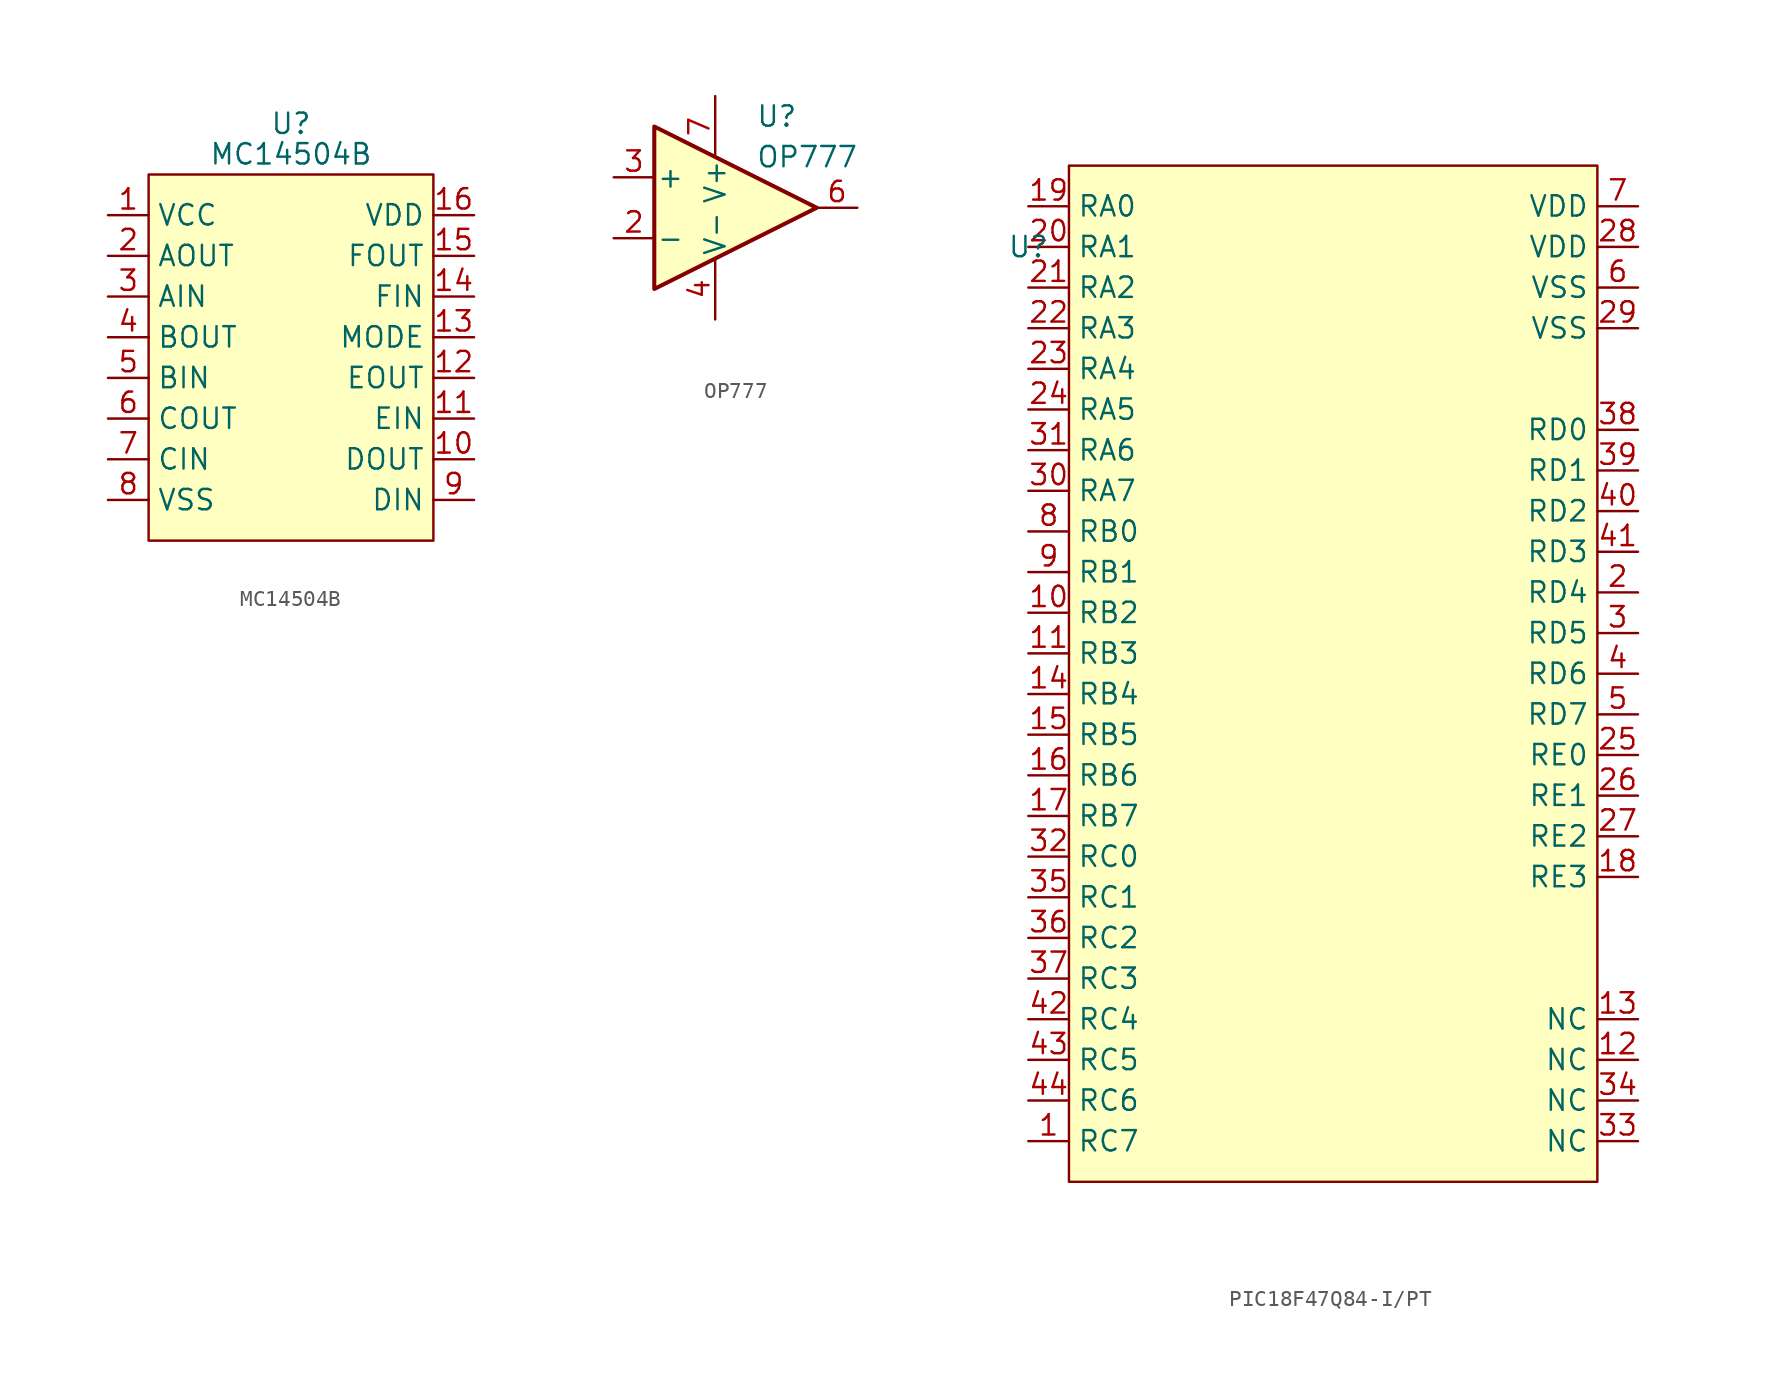
<source format=kicad_sym>
(kicad_symbol_lib
  (version 20231120)
  (generator "kicad_symbol_editor")
  (generator_version "8.0")
  (symbol "MC14504B"
    (property "Reference" "U"
      (at 0 15.24 0)
      (effects (font (size 1.27 1.27))))
    (property "Value" "MC14504B"
      (at 0 13.335 0)
      (effects (font (size 1.27 1.27))))
    (symbol "MC14504B_0_1"
      (rectangle (start -8.89 12.065) (end 8.89 -10.795) (stroke (width 0) (type default)) (fill (type background))))
    (symbol "MC14504B_1_1"
      (pin power_in line (at -11.43 9.525 0) (length 2.54) (name "VCC" (effects (font (size 1.27 1.27)))) (number "1" (effects (font (size 1.27 1.27)))))
      (pin output line (at 11.43 -5.715 180) (length 2.54) (name "DOUT" (effects (font (size 1.27 1.27)))) (number "10" (effects (font (size 1.27 1.27)))))
      (pin input line (at 11.43 -3.175 180) (length 2.54) (name "EIN" (effects (font (size 1.27 1.27)))) (number "11" (effects (font (size 1.27 1.27)))))
      (pin output line (at 11.43 -0.635 180) (length 2.54) (name "EOUT" (effects (font (size 1.27 1.27)))) (number "12" (effects (font (size 1.27 1.27)))))
      (pin input line (at 11.43 1.905 180) (length 2.54) (name "MODE" (effects (font (size 1.27 1.27)))) (number "13" (effects (font (size 1.27 1.27)))))
      (pin input line (at 11.43 4.445 180) (length 2.54) (name "FIN" (effects (font (size 1.27 1.27)))) (number "14" (effects (font (size 1.27 1.27)))))
      (pin output line (at 11.43 6.985 180) (length 2.54) (name "FOUT" (effects (font (size 1.27 1.27)))) (number "15" (effects (font (size 1.27 1.27)))))
      (pin power_in line (at 11.43 9.525 180) (length 2.54) (name "VDD" (effects (font (size 1.27 1.27)))) (number "16" (effects (font (size 1.27 1.27)))))
      (pin output line (at -11.43 6.985 0) (length 2.54) (name "AOUT" (effects (font (size 1.27 1.27)))) (number "2" (effects (font (size 1.27 1.27)))))
      (pin input line (at -11.43 4.445 0) (length 2.54) (name "AIN" (effects (font (size 1.27 1.27)))) (number "3" (effects (font (size 1.27 1.27)))))
      (pin output line (at -11.43 1.905 0) (length 2.54) (name "BOUT" (effects (font (size 1.27 1.27)))) (number "4" (effects (font (size 1.27 1.27)))))
      (pin input line (at -11.43 -0.635 0) (length 2.54) (name "BIN" (effects (font (size 1.27 1.27)))) (number "5" (effects (font (size 1.27 1.27)))))
      (pin output line (at -11.43 -3.175 0) (length 2.54) (name "COUT" (effects (font (size 1.27 1.27)))) (number "6" (effects (font (size 1.27 1.27)))))
      (pin input line (at -11.43 -5.715 0) (length 2.54) (name "CIN" (effects (font (size 1.27 1.27)))) (number "7" (effects (font (size 1.27 1.27)))))
      (pin power_in line (at -11.43 -8.255 0) (length 2.54) (name "VSS" (effects (font (size 1.27 1.27)))) (number "8" (effects (font (size 1.27 1.27)))))
      (pin input line (at 11.43 -8.255 180) (length 2.54) (name "DIN" (effects (font (size 1.27 1.27)))) (number "9" (effects (font (size 1.27 1.27)))))))
  (symbol "OP777"
    (pin_names
      (offset 0.127))
    (property "Reference" "U"
      (at 1.27 5.715 0)
      (effects (font (size 1.27 1.27)) (justify left)))
    (property "Value" "OP777"
      (at 1.27 3.175 0)
      (effects (font (size 1.27 1.27)) (justify left)))
    (symbol "OP777_0_1"
      (polyline (pts (xy -5.08 5.08) (xy 5.08 0) (xy -5.08 -5.08) (xy -5.08 5.08)) (stroke (width 0.254) (type default)) (fill (type background))))
    (symbol "OP777_1_1"
      (pin no_connect line (at -2.54 -8.89 90) (length 5.08) hide (name "" (effects (font (size 0.508 0.508)))) (number "1" (effects (font (size 1.27 1.27)))))
      (pin input line (at -7.62 -1.905 0) (length 2.54) (name "-" (effects (font (size 1.27 1.27)))) (number "2" (effects (font (size 1.27 1.27)))))
      (pin input line (at -7.62 1.905 0) (length 2.54) (name "+" (effects (font (size 1.27 1.27)))) (number "3" (effects (font (size 1.27 1.27)))))
      (pin power_in line (at -1.27 -6.985 90) (length 3.81) (name "V-" (effects (font (size 1.27 1.27)))) (number "4" (effects (font (size 1.27 1.27)))))
      (pin no_connect line (at -2.54 6.35 270) (length 2.54) hide (name "NC" (effects (font (size 1.27 1.27)))) (number "5" (effects (font (size 1.27 1.27)))))
      (pin output line (at 7.62 0 180) (length 2.54) (name "~" (effects (font (size 1.27 1.27)))) (number "6" (effects (font (size 1.27 1.27)))))
      (pin power_in line (at -1.27 6.985 270) (length 3.81) (name "V+" (effects (font (size 1.27 1.27)))) (number "7" (effects (font (size 1.27 1.27)))))
      (pin no_connect line (at 2.54 -7.62 90) (length 6.35) hide (name "" (effects (font (size 0.508 0.508)))) (number "8" (effects (font (size 1.27 1.27)))))))
  (symbol "PIC18F47Q84-I/PT"
    (property "Reference" "U"
      (at -19.05 26.67 0)
      (effects (font (size 1.27 1.27))))
    (property "Value" ""
      (at -19.05 26.67 0)
      (effects (font (size 1.27 1.27))))
    (symbol "PIC18F47Q84-I/PT_0_0"
      (pin bidirectional line (at -19.05 -29.21 0) (length 2.54) (name "RC7" (effects (font (size 1.27 1.27)))) (number "1" (effects (font (size 1.27 1.27)))))
      (pin bidirectional line (at -19.05 3.81 0) (length 2.54) (name "RB2" (effects (font (size 1.27 1.27)))) (number "10" (effects (font (size 1.27 1.27)))))
      (pin bidirectional line (at -19.05 1.27 0) (length 2.54) (name "RB3" (effects (font (size 1.27 1.27)))) (number "11" (effects (font (size 1.27 1.27)))))
      (pin passive line (at 19.05 -24.13 180) (length 2.54) (name "NC" (effects (font (size 1.27 1.27)))) (number "12" (effects (font (size 1.27 1.27)))))
      (pin passive line (at 19.05 -21.59 180) (length 2.54) (name "NC" (effects (font (size 1.27 1.27)))) (number "13" (effects (font (size 1.27 1.27)))))
      (pin bidirectional line (at -19.05 -1.27 0) (length 2.54) (name "RB4" (effects (font (size 1.27 1.27)))) (number "14" (effects (font (size 1.27 1.27)))))
      (pin bidirectional line (at -19.05 -3.81 0) (length 2.54) (name "RB5" (effects (font (size 1.27 1.27)))) (number "15" (effects (font (size 1.27 1.27)))))
      (pin bidirectional line (at -19.05 -6.35 0) (length 2.54) (name "RB6" (effects (font (size 1.27 1.27)))) (number "16" (effects (font (size 1.27 1.27)))))
      (pin bidirectional line (at -19.05 -8.89 0) (length 2.54) (name "RB7" (effects (font (size 1.27 1.27)))) (number "17" (effects (font (size 1.27 1.27)))))
      (pin bidirectional line (at 19.05 -12.7 180) (length 2.54) (name "RE3" (effects (font (size 1.27 1.27)))) (number "18" (effects (font (size 1.27 1.27)))))
      (pin bidirectional line (at -19.05 29.21 0) (length 2.54) (name "RA0" (effects (font (size 1.27 1.27)))) (number "19" (effects (font (size 1.27 1.27)))))
      (pin bidirectional line (at 19.05 5.08 180) (length 2.54) (name "RD4" (effects (font (size 1.27 1.27)))) (number "2" (effects (font (size 1.27 1.27)))))
      (pin bidirectional line (at -19.05 26.67 0) (length 2.54) (name "RA1" (effects (font (size 1.27 1.27)))) (number "20" (effects (font (size 1.27 1.27)))))
      (pin bidirectional line (at -19.05 24.13 0) (length 2.54) (name "RA2" (effects (font (size 1.27 1.27)))) (number "21" (effects (font (size 1.27 1.27)))))
      (pin bidirectional line (at -19.05 21.59 0) (length 2.54) (name "RA3" (effects (font (size 1.27 1.27)))) (number "22" (effects (font (size 1.27 1.27)))))
      (pin bidirectional line (at -19.05 19.05 0) (length 2.54) (name "RA4" (effects (font (size 1.27 1.27)))) (number "23" (effects (font (size 1.27 1.27)))))
      (pin bidirectional line (at -19.05 16.51 0) (length 2.54) (name "RA5" (effects (font (size 1.27 1.27)))) (number "24" (effects (font (size 1.27 1.27)))))
      (pin bidirectional line (at 19.05 -5.08 180) (length 2.54) (name "RE0" (effects (font (size 1.27 1.27)))) (number "25" (effects (font (size 1.27 1.27)))))
      (pin bidirectional line (at 19.05 -7.62 180) (length 2.54) (name "RE1" (effects (font (size 1.27 1.27)))) (number "26" (effects (font (size 1.27 1.27)))))
      (pin bidirectional line (at 19.05 -10.16 180) (length 2.54) (name "RE2" (effects (font (size 1.27 1.27)))) (number "27" (effects (font (size 1.27 1.27)))))
      (pin power_in line (at 19.05 26.67 180) (length 2.54) (name "VDD" (effects (font (size 1.27 1.27)))) (number "28" (effects (font (size 1.27 1.27)))))
      (pin power_in line (at 19.05 21.59 180) (length 2.54) (name "VSS" (effects (font (size 1.27 1.27)))) (number "29" (effects (font (size 1.27 1.27)))))
      (pin bidirectional line (at 19.05 2.54 180) (length 2.54) (name "RD5" (effects (font (size 1.27 1.27)))) (number "3" (effects (font (size 1.27 1.27)))))
      (pin bidirectional line (at -19.05 11.43 0) (length 2.54) (name "RA7" (effects (font (size 1.27 1.27)))) (number "30" (effects (font (size 1.27 1.27)))))
      (pin bidirectional line (at -19.05 13.97 0) (length 2.54) (name "RA6" (effects (font (size 1.27 1.27)))) (number "31" (effects (font (size 1.27 1.27)))))
      (pin bidirectional line (at -19.05 -11.43 0) (length 2.54) (name "RC0" (effects (font (size 1.27 1.27)))) (number "32" (effects (font (size 1.27 1.27)))))
      (pin passive line (at 19.05 -29.21 180) (length 2.54) (name "NC" (effects (font (size 1.27 1.27)))) (number "33" (effects (font (size 1.27 1.27)))))
      (pin passive line (at 19.05 -26.67 180) (length 2.54) (name "NC" (effects (font (size 1.27 1.27)))) (number "34" (effects (font (size 1.27 1.27)))))
      (pin bidirectional line (at -19.05 -13.97 0) (length 2.54) (name "RC1" (effects (font (size 1.27 1.27)))) (number "35" (effects (font (size 1.27 1.27)))))
      (pin bidirectional line (at -19.05 -16.51 0) (length 2.54) (name "RC2" (effects (font (size 1.27 1.27)))) (number "36" (effects (font (size 1.27 1.27)))))
      (pin bidirectional line (at -19.05 -19.05 0) (length 2.54) (name "RC3" (effects (font (size 1.27 1.27)))) (number "37" (effects (font (size 1.27 1.27)))))
      (pin bidirectional line (at 19.05 15.24 180) (length 2.54) (name "RD0" (effects (font (size 1.27 1.27)))) (number "38" (effects (font (size 1.27 1.27)))))
      (pin bidirectional line (at 19.05 12.7 180) (length 2.54) (name "RD1" (effects (font (size 1.27 1.27)))) (number "39" (effects (font (size 1.27 1.27)))))
      (pin bidirectional line (at 19.05 0 180) (length 2.54) (name "RD6" (effects (font (size 1.27 1.27)))) (number "4" (effects (font (size 1.27 1.27)))))
      (pin bidirectional line (at 19.05 10.16 180) (length 2.54) (name "RD2" (effects (font (size 1.27 1.27)))) (number "40" (effects (font (size 1.27 1.27)))))
      (pin bidirectional line (at 19.05 7.62 180) (length 2.54) (name "RD3" (effects (font (size 1.27 1.27)))) (number "41" (effects (font (size 1.27 1.27)))))
      (pin bidirectional line (at -19.05 -21.59 0) (length 2.54) (name "RC4" (effects (font (size 1.27 1.27)))) (number "42" (effects (font (size 1.27 1.27)))))
      (pin bidirectional line (at -19.05 -24.13 0) (length 2.54) (name "RC5" (effects (font (size 1.27 1.27)))) (number "43" (effects (font (size 1.27 1.27)))))
      (pin bidirectional line (at -19.05 -26.67 0) (length 2.54) (name "RC6" (effects (font (size 1.27 1.27)))) (number "44" (effects (font (size 1.27 1.27)))))
      (pin bidirectional line (at 19.05 -2.54 180) (length 2.54) (name "RD7" (effects (font (size 1.27 1.27)))) (number "5" (effects (font (size 1.27 1.27)))))
      (pin power_in line (at 19.05 24.13 180) (length 2.54) (name "VSS" (effects (font (size 1.27 1.27)))) (number "6" (effects (font (size 1.27 1.27)))))
      (pin power_in line (at 19.05 29.21 180) (length 2.54) (name "VDD" (effects (font (size 1.27 1.27)))) (number "7" (effects (font (size 1.27 1.27)))))
      (pin bidirectional line (at -19.05 8.89 0) (length 2.54) (name "RB0" (effects (font (size 1.27 1.27)))) (number "8" (effects (font (size 1.27 1.27)))))
      (pin bidirectional line (at -19.05 6.35 0) (length 2.54) (name "RB1" (effects (font (size 1.27 1.27)))) (number "9" (effects (font (size 1.27 1.27))))))
    (symbol "PIC18F47Q84-I/PT_1_1"
      (rectangle (start -16.51 31.75) (end 16.51 -31.75) (stroke (width 0) (type default)) (fill (type background))))))
</source>
